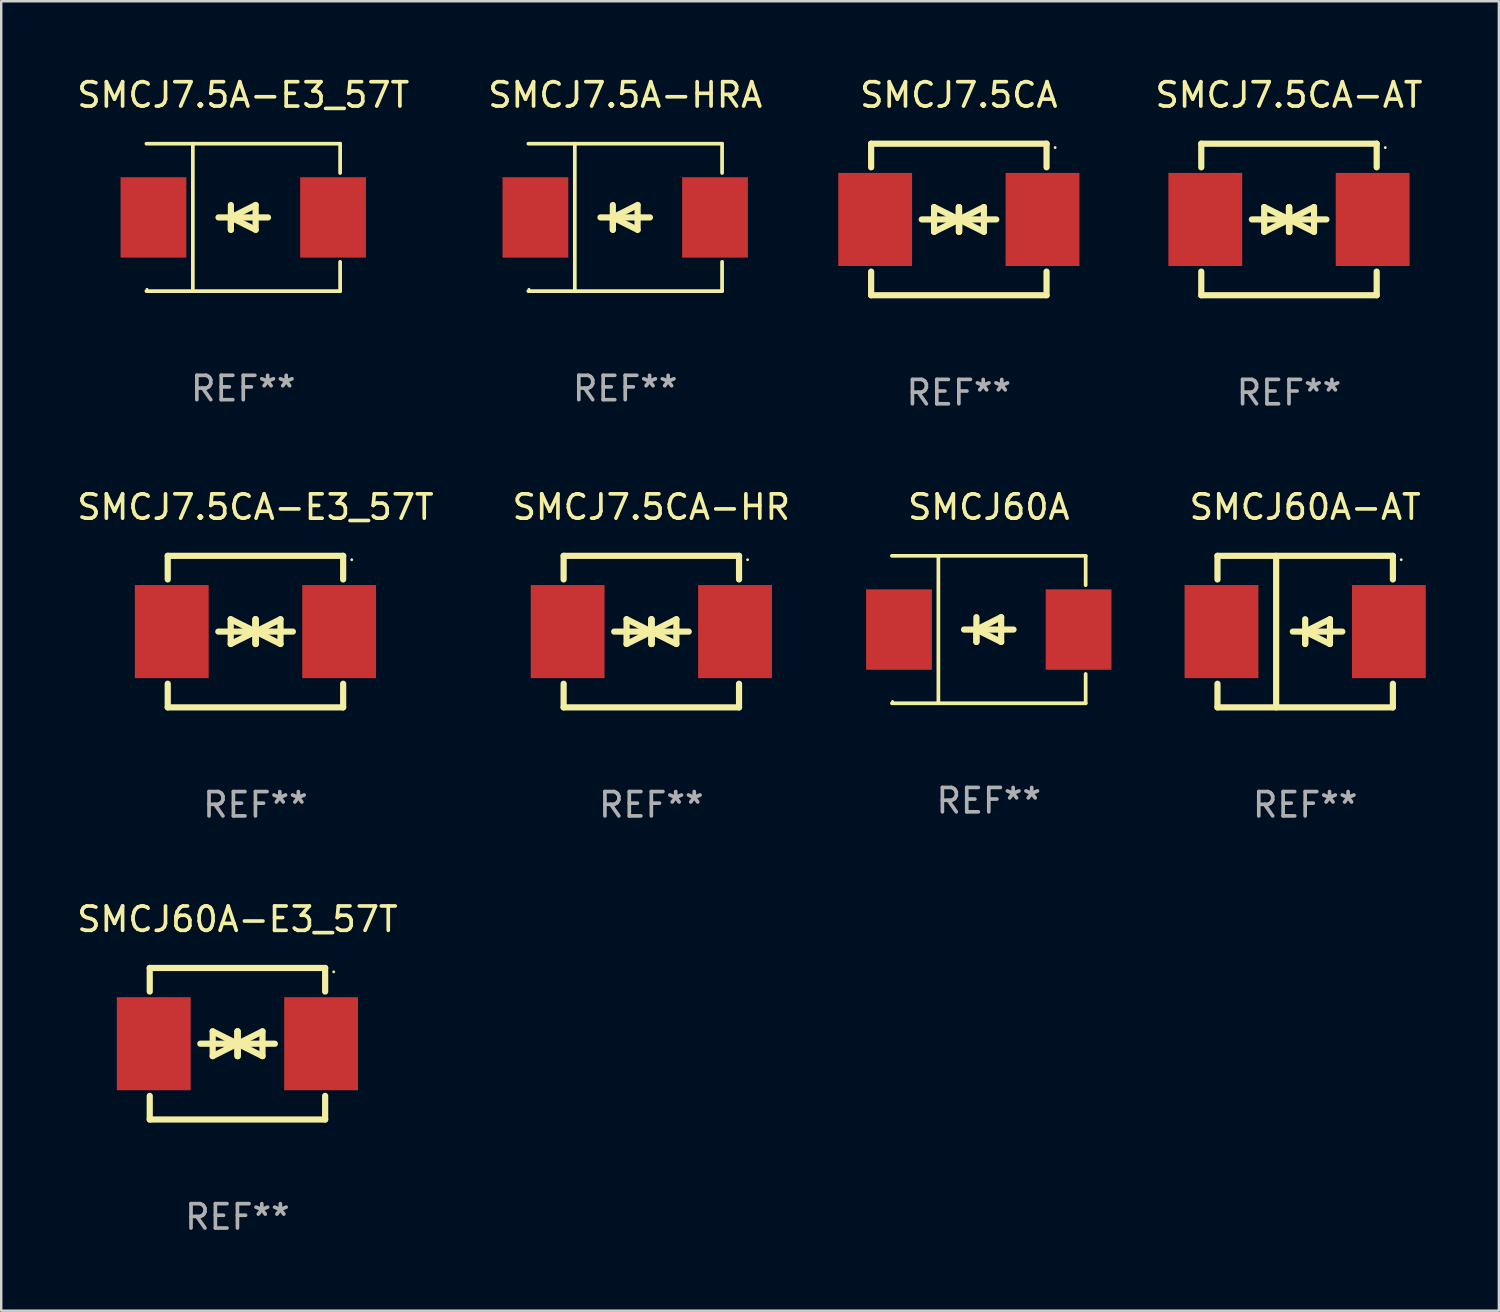
<source format=kicad_pcb>
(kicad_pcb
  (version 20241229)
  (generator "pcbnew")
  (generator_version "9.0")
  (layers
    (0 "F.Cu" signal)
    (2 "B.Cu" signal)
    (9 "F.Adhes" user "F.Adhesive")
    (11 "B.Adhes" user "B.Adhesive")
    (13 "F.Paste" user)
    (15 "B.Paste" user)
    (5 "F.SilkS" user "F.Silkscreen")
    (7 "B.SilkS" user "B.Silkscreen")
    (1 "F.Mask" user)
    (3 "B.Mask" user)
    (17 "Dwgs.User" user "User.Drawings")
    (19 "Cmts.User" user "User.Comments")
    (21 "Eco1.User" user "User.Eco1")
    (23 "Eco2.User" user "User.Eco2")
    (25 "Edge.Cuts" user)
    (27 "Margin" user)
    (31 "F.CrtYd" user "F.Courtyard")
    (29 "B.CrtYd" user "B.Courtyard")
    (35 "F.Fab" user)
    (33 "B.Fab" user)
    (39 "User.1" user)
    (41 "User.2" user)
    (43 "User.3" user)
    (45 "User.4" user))
  (footprint "SMCJ60A"
    (layer "F.Cu")
    (at 37.536 22.791)
    (property "Reference" "SMCJ60A" (at 0 -5.026 0) (layer "F.SilkS") (effects (font (size 1 1) (thickness 0.15))))
    (attr through_hole)
    (fp_line (start -3.976 -3.026) (end 3.976 -3.026) (stroke (width 0.152) (type solid)) (layer "F.SilkS"))
    (fp_line (start -3.976 3.026) (end 3.976 3.026) (stroke (width 0.152) (type solid)) (layer "F.SilkS"))
    (fp_line (start -2.069 -3.026) (end -2.069 3.026) (stroke (width 0.152) (type solid)) (layer "F.SilkS"))
    (fp_line (start -0.508 0) (end -0.508 0.508) (stroke (width 0.254) (type solid)) (layer "F.SilkS"))
    (fp_line (start -0.508 0) (end 0.508 0.508) (stroke (width 0.254) (type solid)) (layer "F.SilkS"))
    (fp_line (start -0.508 0.508) (end -0.508 -0.508) (stroke (width 0.254) (type solid)) (layer "F.SilkS"))
    (fp_line (start 0.508 -0.508) (end -0.508 0) (stroke (width 0.254) (type solid)) (layer "F.SilkS"))
    (fp_line (start 0.508 0.508) (end 0.508 -0.508) (stroke (width 0.254) (type solid)) (layer "F.SilkS"))
    (fp_line (start 1.016 0) (end -1.016 0) (stroke (width 0.254) (type solid)) (layer "F.SilkS"))
    (fp_line (start 3.976 -3.026) (end 3.976 -1.823) (stroke (width 0.152) (type solid)) (layer "F.SilkS"))
    (fp_line (start 3.976 3.026) (end 3.976 1.823) (stroke (width 0.152) (type solid)) (layer "F.SilkS"))
    (fp_circle (center -3.95 2.95) (end -3.92 2.95) (stroke (width 0.06) (type solid)) (fill no) (layer "F.SilkS"))
    (fp_text user "REF**" (at 0 7.026 0) (layer "F.Fab") (effects (font (size 1 1) (thickness 0.15))))
    (pad "1" smd rect (at -3.686 0) (size 2.7 3.3) (layers "F.Cu" "F.Mask" "F.Paste"))
    (pad "2" smd rect (at 3.686 0) (size 2.7 3.3) (layers "F.Cu" "F.Mask" "F.Paste")))
  (footprint "SMCJ60A-AT"
    (layer "F.Cu")
    (at 50.523 22.875)
    (property "Reference" "SMCJ60A-AT" (at 0 -5.11 0) (layer "F.SilkS") (effects (font (size 1 1) (thickness 0.15))))
    (attr through_hole)
    (fp_line (start -3.6 -3.11) (end -3.6 -2.141) (stroke (width 0.254) (type solid)) (layer "F.SilkS"))
    (fp_line (start -3.6 -3.11) (end 3.6 -3.11) (stroke (width 0.254) (type solid)) (layer "F.SilkS"))
    (fp_line (start -3.6 2.141) (end -3.6 3.11) (stroke (width 0.254) (type solid)) (layer "F.SilkS"))
    (fp_line (start -3.6 3.11) (end 3.6 3.11) (stroke (width 0.254) (type solid)) (layer "F.SilkS"))
    (fp_line (start -1.192 -3.11) (end -1.192 3.11) (stroke (width 0.254) (type solid)) (layer "F.SilkS"))
    (fp_line (start 0 0) (end 0 0.508) (stroke (width 0.254) (type solid)) (layer "F.SilkS"))
    (fp_line (start 0 0) (end 1.016 0.508) (stroke (width 0.254) (type solid)) (layer "F.SilkS"))
    (fp_line (start 0 0.508) (end 0 -0.508) (stroke (width 0.254) (type solid)) (layer "F.SilkS"))
    (fp_line (start 1.016 -0.508) (end 0 0) (stroke (width 0.254) (type solid)) (layer "F.SilkS"))
    (fp_line (start 1.016 0.508) (end 1.016 -0.508) (stroke (width 0.254) (type solid)) (layer "F.SilkS"))
    (fp_line (start 1.524 0) (end -0.508 0) (stroke (width 0.254) (type solid)) (layer "F.SilkS"))
    (fp_line (start 3.6 -3.11) (end 3.6 -2.141) (stroke (width 0.254) (type solid)) (layer "F.SilkS"))
    (fp_line (start 3.6 2.141) (end 3.6 3.11) (stroke (width 0.254) (type solid)) (layer "F.SilkS"))
    (fp_circle (center 3.943 -2.952) (end 3.973 -2.952) (stroke (width 0.06) (type solid)) (fill no) (layer "F.SilkS"))
    (fp_text user "REF**" (at 0 7.11 0) (layer "F.Fab") (effects (font (size 1 1) (thickness 0.15))))
    (pad "1" smd rect (at 3.435 0 180) (size 3.03 3.82) (layers "F.Cu" "F.Mask" "F.Paste"))
    (pad "2" smd rect (at -3.435 0 180) (size 3.03 3.82) (layers "F.Cu" "F.Mask" "F.Paste")))
  (footprint "SMCJ7.5CA-HR"
    (layer "F.Cu")
    (at 23.685 22.875)
    (property "Reference" "SMCJ7.5CA-HR" (at 0 -5.11 0) (layer "F.SilkS") (effects (font (size 1 1) (thickness 0.15))))
    (attr through_hole)
    (fp_line (start -3.6 -2.141) (end -3.6 -3.11) (stroke (width 0.254) (type solid)) (layer "F.SilkS"))
    (fp_line (start -3.6 3.11) (end -3.6 2.141) (stroke (width 0.254) (type solid)) (layer "F.SilkS"))
    (fp_line (start -1.524 0) (end 0.508 0) (stroke (width 0.254) (type solid)) (layer "F.SilkS"))
    (fp_line (start -1.016 -0.508) (end -1.016 0.508) (stroke (width 0.254) (type solid)) (layer "F.SilkS"))
    (fp_line (start -1.016 0.508) (end 0 0) (stroke (width 0.254) (type solid)) (layer "F.SilkS"))
    (fp_line (start 0 -0.508) (end 0 0.508) (stroke (width 0.254) (type solid)) (layer "F.SilkS"))
    (fp_line (start 0 0) (end -1.016 -0.508) (stroke (width 0.254) (type solid)) (layer "F.SilkS"))
    (fp_line (start 0 0) (end 0 -0.508) (stroke (width 0.254) (type solid)) (layer "F.SilkS"))
    (fp_line (start 0.012 0) (end 0.012 0.508) (stroke (width 0.254) (type solid)) (layer "F.SilkS"))
    (fp_line (start 0.012 0) (end 1.028 0.508) (stroke (width 0.254) (type solid)) (layer "F.SilkS"))
    (fp_line (start 0.012 0.508) (end 0.012 -0.508) (stroke (width 0.254) (type solid)) (layer "F.SilkS"))
    (fp_line (start 1.028 -0.508) (end 0.012 0) (stroke (width 0.254) (type solid)) (layer "F.SilkS"))
    (fp_line (start 1.028 0.508) (end 1.028 -0.508) (stroke (width 0.254) (type solid)) (layer "F.SilkS"))
    (fp_line (start 1.536 0) (end -0.496 0) (stroke (width 0.254) (type solid)) (layer "F.SilkS"))
    (fp_line (start 3.6 -3.11) (end -3.6 -3.11) (stroke (width 0.254) (type solid)) (layer "F.SilkS"))
    (fp_line (start 3.6 -2.141) (end 3.6 -3.11) (stroke (width 0.254) (type solid)) (layer "F.SilkS"))
    (fp_line (start 3.6 3.11) (end -3.6 3.11) (stroke (width 0.254) (type solid)) (layer "F.SilkS"))
    (fp_line (start 3.6 3.11) (end 3.6 2.141) (stroke (width 0.254) (type solid)) (layer "F.SilkS"))
    (fp_circle (center 3.952 -2.95) (end 3.982 -2.95) (stroke (width 0.06) (type solid)) (fill no) (layer "F.SilkS"))
    (fp_text user "REF**" (at 0 7.11 0) (layer "F.Fab") (effects (font (size 1 1) (thickness 0.15))))
    (pad "1" smd rect (at 3.435 0) (size 3.03 3.82) (layers "F.Cu" "F.Mask" "F.Paste"))
    (pad "2" smd rect (at -3.435 0) (size 3.03 3.82) (layers "F.Cu" "F.Mask" "F.Paste")))
  (footprint "SMCJ7.5CA-E3_57T"
    (layer "F.Cu")
    (at 7.435 22.875)
    (property "Reference" "SMCJ7.5CA-E3_57T" (at 0 -5.11 0) (layer "F.SilkS") (effects (font (size 1 1) (thickness 0.15))))
    (attr through_hole)
    (fp_line (start -3.6 -2.141) (end -3.6 -3.11) (stroke (width 0.254) (type solid)) (layer "F.SilkS"))
    (fp_line (start -3.6 3.11) (end -3.6 2.141) (stroke (width 0.254) (type solid)) (layer "F.SilkS"))
    (fp_line (start -1.524 0) (end 0.508 0) (stroke (width 0.254) (type solid)) (layer "F.SilkS"))
    (fp_line (start -1.016 -0.508) (end -1.016 0.508) (stroke (width 0.254) (type solid)) (layer "F.SilkS"))
    (fp_line (start -1.016 0.508) (end 0 0) (stroke (width 0.254) (type solid)) (layer "F.SilkS"))
    (fp_line (start 0 -0.508) (end 0 0.508) (stroke (width 0.254) (type solid)) (layer "F.SilkS"))
    (fp_line (start 0 0) (end -1.016 -0.508) (stroke (width 0.254) (type solid)) (layer "F.SilkS"))
    (fp_line (start 0 0) (end 0 -0.508) (stroke (width 0.254) (type solid)) (layer "F.SilkS"))
    (fp_line (start 0.012 0) (end 0.012 0.508) (stroke (width 0.254) (type solid)) (layer "F.SilkS"))
    (fp_line (start 0.012 0) (end 1.028 0.508) (stroke (width 0.254) (type solid)) (layer "F.SilkS"))
    (fp_line (start 0.012 0.508) (end 0.012 -0.508) (stroke (width 0.254) (type solid)) (layer "F.SilkS"))
    (fp_line (start 1.028 -0.508) (end 0.012 0) (stroke (width 0.254) (type solid)) (layer "F.SilkS"))
    (fp_line (start 1.028 0.508) (end 1.028 -0.508) (stroke (width 0.254) (type solid)) (layer "F.SilkS"))
    (fp_line (start 1.536 0) (end -0.496 0) (stroke (width 0.254) (type solid)) (layer "F.SilkS"))
    (fp_line (start 3.6 -3.11) (end -3.6 -3.11) (stroke (width 0.254) (type solid)) (layer "F.SilkS"))
    (fp_line (start 3.6 -2.141) (end 3.6 -3.11) (stroke (width 0.254) (type solid)) (layer "F.SilkS"))
    (fp_line (start 3.6 3.11) (end -3.6 3.11) (stroke (width 0.254) (type solid)) (layer "F.SilkS"))
    (fp_line (start 3.6 3.11) (end 3.6 2.141) (stroke (width 0.254) (type solid)) (layer "F.SilkS"))
    (fp_circle (center 3.952 -2.95) (end 3.982 -2.95) (stroke (width 0.06) (type solid)) (fill no) (layer "F.SilkS"))
    (fp_text user "REF**" (at 0 7.11 0) (layer "F.Fab") (effects (font (size 1 1) (thickness 0.15))))
    (pad "1" smd rect (at 3.435 0) (size 3.03 3.82) (layers "F.Cu" "F.Mask" "F.Paste"))
    (pad "2" smd rect (at -3.435 0) (size 3.03 3.82) (layers "F.Cu" "F.Mask" "F.Paste")))
  (footprint "SMCJ7.5CA"
    (layer "F.Cu")
    (at 36.307 5.958)
    (property "Reference" "SMCJ7.5CA" (at 0 -5.11 0) (layer "F.SilkS") (effects (font (size 1 1) (thickness 0.15))))
    (attr through_hole)
    (fp_line (start -3.6 -2.141) (end -3.6 -3.11) (stroke (width 0.254) (type solid)) (layer "F.SilkS"))
    (fp_line (start -3.6 3.11) (end -3.6 2.141) (stroke (width 0.254) (type solid)) (layer "F.SilkS"))
    (fp_line (start -1.524 0) (end 0.508 0) (stroke (width 0.254) (type solid)) (layer "F.SilkS"))
    (fp_line (start -1.016 -0.508) (end -1.016 0.508) (stroke (width 0.254) (type solid)) (layer "F.SilkS"))
    (fp_line (start -1.016 0.508) (end 0 0) (stroke (width 0.254) (type solid)) (layer "F.SilkS"))
    (fp_line (start 0 -0.508) (end 0 0.508) (stroke (width 0.254) (type solid)) (layer "F.SilkS"))
    (fp_line (start 0 0) (end -1.016 -0.508) (stroke (width 0.254) (type solid)) (layer "F.SilkS"))
    (fp_line (start 0 0) (end 0 -0.508) (stroke (width 0.254) (type solid)) (layer "F.SilkS"))
    (fp_line (start 0.012 0) (end 0.012 0.508) (stroke (width 0.254) (type solid)) (layer "F.SilkS"))
    (fp_line (start 0.012 0) (end 1.028 0.508) (stroke (width 0.254) (type solid)) (layer "F.SilkS"))
    (fp_line (start 0.012 0.508) (end 0.012 -0.508) (stroke (width 0.254) (type solid)) (layer "F.SilkS"))
    (fp_line (start 1.028 -0.508) (end 0.012 0) (stroke (width 0.254) (type solid)) (layer "F.SilkS"))
    (fp_line (start 1.028 0.508) (end 1.028 -0.508) (stroke (width 0.254) (type solid)) (layer "F.SilkS"))
    (fp_line (start 1.536 0) (end -0.496 0) (stroke (width 0.254) (type solid)) (layer "F.SilkS"))
    (fp_line (start 3.6 -3.11) (end -3.6 -3.11) (stroke (width 0.254) (type solid)) (layer "F.SilkS"))
    (fp_line (start 3.6 -2.141) (end 3.6 -3.11) (stroke (width 0.254) (type solid)) (layer "F.SilkS"))
    (fp_line (start 3.6 3.11) (end -3.6 3.11) (stroke (width 0.254) (type solid)) (layer "F.SilkS"))
    (fp_line (start 3.6 3.11) (end 3.6 2.141) (stroke (width 0.254) (type solid)) (layer "F.SilkS"))
    (fp_circle (center 3.952 -2.95) (end 3.982 -2.95) (stroke (width 0.06) (type solid)) (fill no) (layer "F.SilkS"))
    (fp_text user "REF**" (at 0 7.11 0) (layer "F.Fab") (effects (font (size 1 1) (thickness 0.15))))
    (pad "1" smd rect (at 3.435 0) (size 3.03 3.82) (layers "F.Cu" "F.Mask" "F.Paste"))
    (pad "2" smd rect (at -3.435 0) (size 3.03 3.82) (layers "F.Cu" "F.Mask" "F.Paste")))
  (footprint "SMCJ60A-E3_57T"
    (layer "F.Cu")
    (at 6.696 39.791)
    (property "Reference" "SMCJ60A-E3_57T" (at 0 -5.11 0) (layer "F.SilkS") (effects (font (size 1 1) (thickness 0.15))))
    (attr through_hole)
    (fp_line (start -3.6 -2.141) (end -3.6 -3.11) (stroke (width 0.254) (type solid)) (layer "F.SilkS"))
    (fp_line (start -3.6 3.11) (end -3.6 2.141) (stroke (width 0.254) (type solid)) (layer "F.SilkS"))
    (fp_line (start -1.524 0) (end 0.508 0) (stroke (width 0.254) (type solid)) (layer "F.SilkS"))
    (fp_line (start -1.016 -0.508) (end -1.016 0.508) (stroke (width 0.254) (type solid)) (layer "F.SilkS"))
    (fp_line (start -1.016 0.508) (end 0 0) (stroke (width 0.254) (type solid)) (layer "F.SilkS"))
    (fp_line (start 0 -0.508) (end 0 0.508) (stroke (width 0.254) (type solid)) (layer "F.SilkS"))
    (fp_line (start 0 0) (end -1.016 -0.508) (stroke (width 0.254) (type solid)) (layer "F.SilkS"))
    (fp_line (start 0 0) (end 0 -0.508) (stroke (width 0.254) (type solid)) (layer "F.SilkS"))
    (fp_line (start 0.012 0) (end 0.012 0.508) (stroke (width 0.254) (type solid)) (layer "F.SilkS"))
    (fp_line (start 0.012 0) (end 1.028 0.508) (stroke (width 0.254) (type solid)) (layer "F.SilkS"))
    (fp_line (start 0.012 0.508) (end 0.012 -0.508) (stroke (width 0.254) (type solid)) (layer "F.SilkS"))
    (fp_line (start 1.028 -0.508) (end 0.012 0) (stroke (width 0.254) (type solid)) (layer "F.SilkS"))
    (fp_line (start 1.028 0.508) (end 1.028 -0.508) (stroke (width 0.254) (type solid)) (layer "F.SilkS"))
    (fp_line (start 1.536 0) (end -0.496 0) (stroke (width 0.254) (type solid)) (layer "F.SilkS"))
    (fp_line (start 3.6 -3.11) (end -3.6 -3.11) (stroke (width 0.254) (type solid)) (layer "F.SilkS"))
    (fp_line (start 3.6 -2.141) (end 3.6 -3.11) (stroke (width 0.254) (type solid)) (layer "F.SilkS"))
    (fp_line (start 3.6 3.11) (end -3.6 3.11) (stroke (width 0.254) (type solid)) (layer "F.SilkS"))
    (fp_line (start 3.6 3.11) (end 3.6 2.141) (stroke (width 0.254) (type solid)) (layer "F.SilkS"))
    (fp_circle (center 3.952 -2.95) (end 3.982 -2.95) (stroke (width 0.06) (type solid)) (fill no) (layer "F.SilkS"))
    (fp_text user "REF**" (at 0 7.11 0) (layer "F.Fab") (effects (font (size 1 1) (thickness 0.15))))
    (pad "1" smd rect (at 3.435 0) (size 3.03 3.82) (layers "F.Cu" "F.Mask" "F.Paste"))
    (pad "2" smd rect (at -3.435 0) (size 3.03 3.82) (layers "F.Cu" "F.Mask" "F.Paste")))
  (footprint "SMCJ7.5A-E3_57T"
    (layer "F.Cu")
    (at 6.935 5.874)
    (property "Reference" "SMCJ7.5A-E3_57T" (at 0 -5.026 0) (layer "F.SilkS") (effects (font (size 1 1) (thickness 0.15))))
    (attr through_hole)
    (fp_line (start -3.976 -3.026) (end 3.976 -3.026) (stroke (width 0.152) (type solid)) (layer "F.SilkS"))
    (fp_line (start -3.976 3.026) (end 3.976 3.026) (stroke (width 0.152) (type solid)) (layer "F.SilkS"))
    (fp_line (start -2.069 -3.026) (end -2.069 3.026) (stroke (width 0.152) (type solid)) (layer "F.SilkS"))
    (fp_line (start -0.508 0) (end -0.508 0.508) (stroke (width 0.254) (type solid)) (layer "F.SilkS"))
    (fp_line (start -0.508 0) (end 0.508 0.508) (stroke (width 0.254) (type solid)) (layer "F.SilkS"))
    (fp_line (start -0.508 0.508) (end -0.508 -0.508) (stroke (width 0.254) (type solid)) (layer "F.SilkS"))
    (fp_line (start 0.508 -0.508) (end -0.508 0) (stroke (width 0.254) (type solid)) (layer "F.SilkS"))
    (fp_line (start 0.508 0.508) (end 0.508 -0.508) (stroke (width 0.254) (type solid)) (layer "F.SilkS"))
    (fp_line (start 1.016 0) (end -1.016 0) (stroke (width 0.254) (type solid)) (layer "F.SilkS"))
    (fp_line (start 3.976 -3.026) (end 3.976 -1.823) (stroke (width 0.152) (type solid)) (layer "F.SilkS"))
    (fp_line (start 3.976 3.026) (end 3.976 1.823) (stroke (width 0.152) (type solid)) (layer "F.SilkS"))
    (fp_circle (center -3.95 2.95) (end -3.92 2.95) (stroke (width 0.06) (type solid)) (fill no) (layer "F.SilkS"))
    (fp_text user "REF**" (at 0 7.026 0) (layer "F.Fab") (effects (font (size 1 1) (thickness 0.15))))
    (pad "1" smd rect (at -3.686 0) (size 2.7 3.3) (layers "F.Cu" "F.Mask" "F.Paste"))
    (pad "2" smd rect (at 3.686 0) (size 2.7 3.3) (layers "F.Cu" "F.Mask" "F.Paste")))
  (footprint "SMCJ7.5CA-AT"
    (layer "F.Cu")
    (at 49.858 5.958)
    (property "Reference" "SMCJ7.5CA-AT" (at 0 -5.11 0) (layer "F.SilkS") (effects (font (size 1 1) (thickness 0.15))))
    (attr through_hole)
    (fp_line (start -3.6 -2.141) (end -3.6 -3.11) (stroke (width 0.254) (type solid)) (layer "F.SilkS"))
    (fp_line (start -3.6 3.11) (end -3.6 2.141) (stroke (width 0.254) (type solid)) (layer "F.SilkS"))
    (fp_line (start -1.524 0) (end 0.508 0) (stroke (width 0.254) (type solid)) (layer "F.SilkS"))
    (fp_line (start -1.016 -0.508) (end -1.016 0.508) (stroke (width 0.254) (type solid)) (layer "F.SilkS"))
    (fp_line (start -1.016 0.508) (end 0 0) (stroke (width 0.254) (type solid)) (layer "F.SilkS"))
    (fp_line (start 0 -0.508) (end 0 0.508) (stroke (width 0.254) (type solid)) (layer "F.SilkS"))
    (fp_line (start 0 0) (end -1.016 -0.508) (stroke (width 0.254) (type solid)) (layer "F.SilkS"))
    (fp_line (start 0 0) (end 0 -0.508) (stroke (width 0.254) (type solid)) (layer "F.SilkS"))
    (fp_line (start 0.012 0) (end 0.012 0.508) (stroke (width 0.254) (type solid)) (layer "F.SilkS"))
    (fp_line (start 0.012 0) (end 1.028 0.508) (stroke (width 0.254) (type solid)) (layer "F.SilkS"))
    (fp_line (start 0.012 0.508) (end 0.012 -0.508) (stroke (width 0.254) (type solid)) (layer "F.SilkS"))
    (fp_line (start 1.028 -0.508) (end 0.012 0) (stroke (width 0.254) (type solid)) (layer "F.SilkS"))
    (fp_line (start 1.028 0.508) (end 1.028 -0.508) (stroke (width 0.254) (type solid)) (layer "F.SilkS"))
    (fp_line (start 1.536 0) (end -0.496 0) (stroke (width 0.254) (type solid)) (layer "F.SilkS"))
    (fp_line (start 3.6 -3.11) (end -3.6 -3.11) (stroke (width 0.254) (type solid)) (layer "F.SilkS"))
    (fp_line (start 3.6 -2.141) (end 3.6 -3.11) (stroke (width 0.254) (type solid)) (layer "F.SilkS"))
    (fp_line (start 3.6 3.11) (end -3.6 3.11) (stroke (width 0.254) (type solid)) (layer "F.SilkS"))
    (fp_line (start 3.6 3.11) (end 3.6 2.141) (stroke (width 0.254) (type solid)) (layer "F.SilkS"))
    (fp_circle (center 3.952 -2.95) (end 3.982 -2.95) (stroke (width 0.06) (type solid)) (fill no) (layer "F.SilkS"))
    (fp_text user "REF**" (at 0 7.11 0) (layer "F.Fab") (effects (font (size 1 1) (thickness 0.15))))
    (pad "1" smd rect (at 3.435 0) (size 3.03 3.82) (layers "F.Cu" "F.Mask" "F.Paste"))
    (pad "2" smd rect (at -3.435 0) (size 3.03 3.82) (layers "F.Cu" "F.Mask" "F.Paste")))
  (footprint "SMCJ7.5A-HRA"
    (layer "F.Cu")
    (at 22.613 5.874)
    (property "Reference" "SMCJ7.5A-HRA" (at 0 -5.026 0) (layer "F.SilkS") (effects (font (size 1 1) (thickness 0.15))))
    (attr through_hole)
    (fp_line (start -3.976 -3.026) (end 3.976 -3.026) (stroke (width 0.152) (type solid)) (layer "F.SilkS"))
    (fp_line (start -3.976 3.026) (end 3.976 3.026) (stroke (width 0.152) (type solid)) (layer "F.SilkS"))
    (fp_line (start -2.069 -3.026) (end -2.069 3.026) (stroke (width 0.152) (type solid)) (layer "F.SilkS"))
    (fp_line (start -0.508 0) (end -0.508 0.508) (stroke (width 0.254) (type solid)) (layer "F.SilkS"))
    (fp_line (start -0.508 0) (end 0.508 0.508) (stroke (width 0.254) (type solid)) (layer "F.SilkS"))
    (fp_line (start -0.508 0.508) (end -0.508 -0.508) (stroke (width 0.254) (type solid)) (layer "F.SilkS"))
    (fp_line (start 0.508 -0.508) (end -0.508 0) (stroke (width 0.254) (type solid)) (layer "F.SilkS"))
    (fp_line (start 0.508 0.508) (end 0.508 -0.508) (stroke (width 0.254) (type solid)) (layer "F.SilkS"))
    (fp_line (start 1.016 0) (end -1.016 0) (stroke (width 0.254) (type solid)) (layer "F.SilkS"))
    (fp_line (start 3.976 -3.026) (end 3.976 -1.823) (stroke (width 0.152) (type solid)) (layer "F.SilkS"))
    (fp_line (start 3.976 3.026) (end 3.976 1.823) (stroke (width 0.152) (type solid)) (layer "F.SilkS"))
    (fp_circle (center -3.95 2.95) (end -3.92 2.95) (stroke (width 0.06) (type solid)) (fill no) (layer "F.SilkS"))
    (fp_text user "REF**" (at 0 7.026 0) (layer "F.Fab") (effects (font (size 1 1) (thickness 0.15))))
    (pad "1" smd rect (at -3.686 0) (size 2.7 3.3) (layers "F.Cu" "F.Mask" "F.Paste"))
    (pad "2" smd rect (at 3.686 0) (size 2.7 3.3) (layers "F.Cu" "F.Mask" "F.Paste")))
  (gr_rect
    (start -3 -3)
    (end 58.473 50.75)
    (stroke (width 0.1) (type default))
    (fill no)
    (layer "Edge.Cuts")))
</source>
